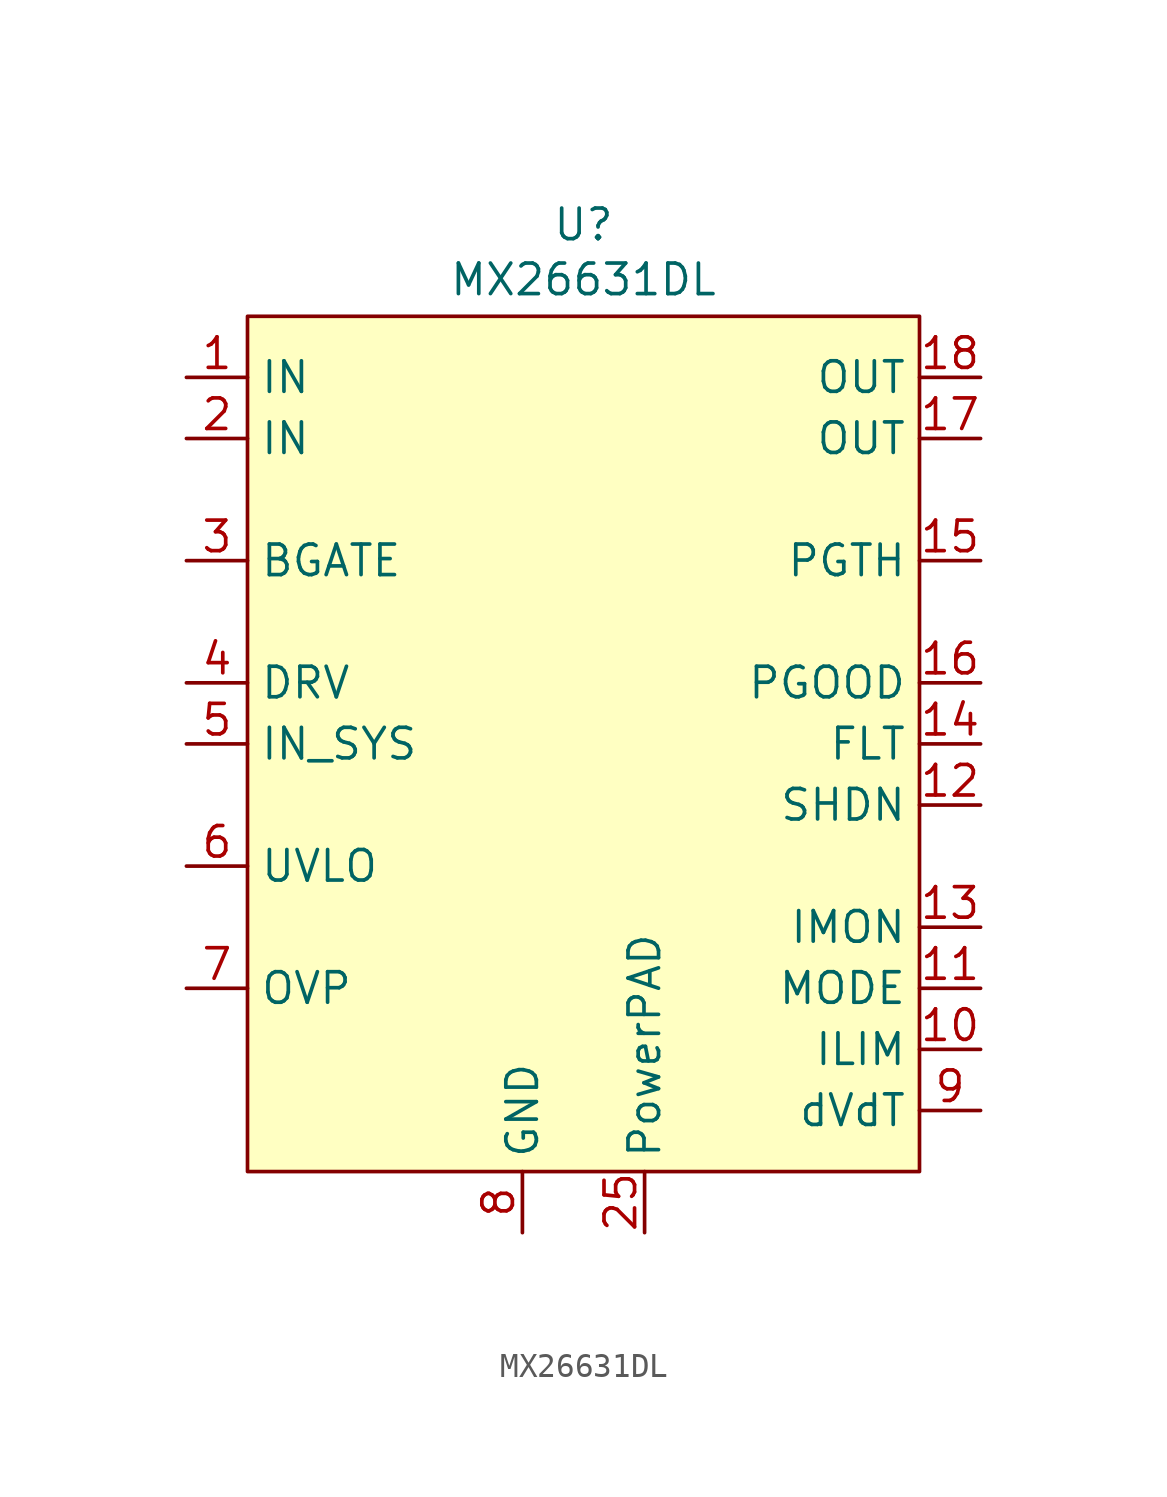
<source format=kicad_sym>
(kicad_symbol_lib
  (version 20241209)
  (generator "kicad_symbol_editor")
  (generator_version "9.0")
  (symbol "MX26631DL"
    (property "Reference" "U"
      (at 0 16.51 0)
      (effects (font (size 1.27 1.27))))
    (property "Value" "MX26631DL"
      (at 0 14.224 0)
      (effects (font (size 1.27 1.27))))
    (symbol "MX26631DL_1_0"
      (pin power_in line (at -16.51 10.16 0) (length 2.54) (name "IN" (effects (font (size 1.27 1.27)))) (number "1" (effects (font (size 1.27 1.27)))))
      (pin power_in line (at -16.51 7.62 0) (length 2.54) (name "IN" (effects (font (size 1.27 1.27)))) (number "2" (effects (font (size 1.27 1.27)))))
      (pin input line (at -16.51 2.54 0) (length 2.54) (name "BGATE" (effects (font (size 1.27 1.27)))) (number "3" (effects (font (size 1.27 1.27)))))
      (pin input line (at -16.51 -2.54 0) (length 2.54) (name "DRV" (effects (font (size 1.27 1.27)))) (number "4" (effects (font (size 1.27 1.27)))))
      (pin input line (at -16.51 -5.08 0) (length 2.54) (name "IN_SYS" (effects (font (size 1.27 1.27)))) (number "5" (effects (font (size 1.27 1.27)))))
      (pin input line (at -16.51 -10.16 0) (length 2.54) (name "UVLO" (effects (font (size 1.27 1.27)))) (number "6" (effects (font (size 1.27 1.27)))))
      (pin input line (at -16.51 -15.24 0) (length 2.54) (name "OVP" (effects (font (size 1.27 1.27)))) (number "7" (effects (font (size 1.27 1.27)))))
      (pin power_out line (at -2.54 -25.4 90) (length 2.54) (name "GND" (effects (font (size 1.27 1.27)))) (number "8" (effects (font (size 1.27 1.27)))))
      (pin power_out line (at 2.54 -25.4 90) (length 2.54) (name "PowerPAD" (effects (font (size 1.27 1.27)))) (number "25" (effects (font (size 1.27 1.27)))))
      (pin power_out line (at 16.51 10.16 180) (length 2.54) (name "OUT" (effects (font (size 1.27 1.27)))) (number "18" (effects (font (size 1.27 1.27)))))
      (pin power_out line (at 16.51 7.62 180) (length 2.54) (name "OUT" (effects (font (size 1.27 1.27)))) (number "17" (effects (font (size 1.27 1.27)))))
      (pin input line (at 16.51 2.54 180) (length 2.54) (name "PGTH" (effects (font (size 1.27 1.27)))) (number "15" (effects (font (size 1.27 1.27)))))
      (pin input line (at 16.51 -2.54 180) (length 2.54) (name "PGOOD" (effects (font (size 1.27 1.27)))) (number "16" (effects (font (size 1.27 1.27)))))
      (pin input line (at 16.51 -5.08 180) (length 2.54) (name "FLT" (effects (font (size 1.27 1.27)))) (number "14" (effects (font (size 1.27 1.27)))))
      (pin input line (at 16.51 -7.62 180) (length 2.54) (name "SHDN" (effects (font (size 1.27 1.27)))) (number "12" (effects (font (size 1.27 1.27)))))
      (pin input line (at 16.51 -12.7 180) (length 2.54) (name "IMON" (effects (font (size 1.27 1.27)))) (number "13" (effects (font (size 1.27 1.27)))))
      (pin input line (at 16.51 -15.24 180) (length 2.54) (name "MODE" (effects (font (size 1.27 1.27)))) (number "11" (effects (font (size 1.27 1.27)))))
      (pin input line (at 16.51 -17.78 180) (length 2.54) (name "ILIM" (effects (font (size 1.27 1.27)))) (number "10" (effects (font (size 1.27 1.27)))))
      (pin input line (at 16.51 -20.32 180) (length 2.54) (name "dVdT" (effects (font (size 1.27 1.27)))) (number "9" (effects (font (size 1.27 1.27))))))
    (symbol "MX26631DL_1_1"
      (rectangle (start -13.97 12.7) (end 13.97 -22.86) (stroke (width 0) (type solid)) (fill (type background))))))
</source>
